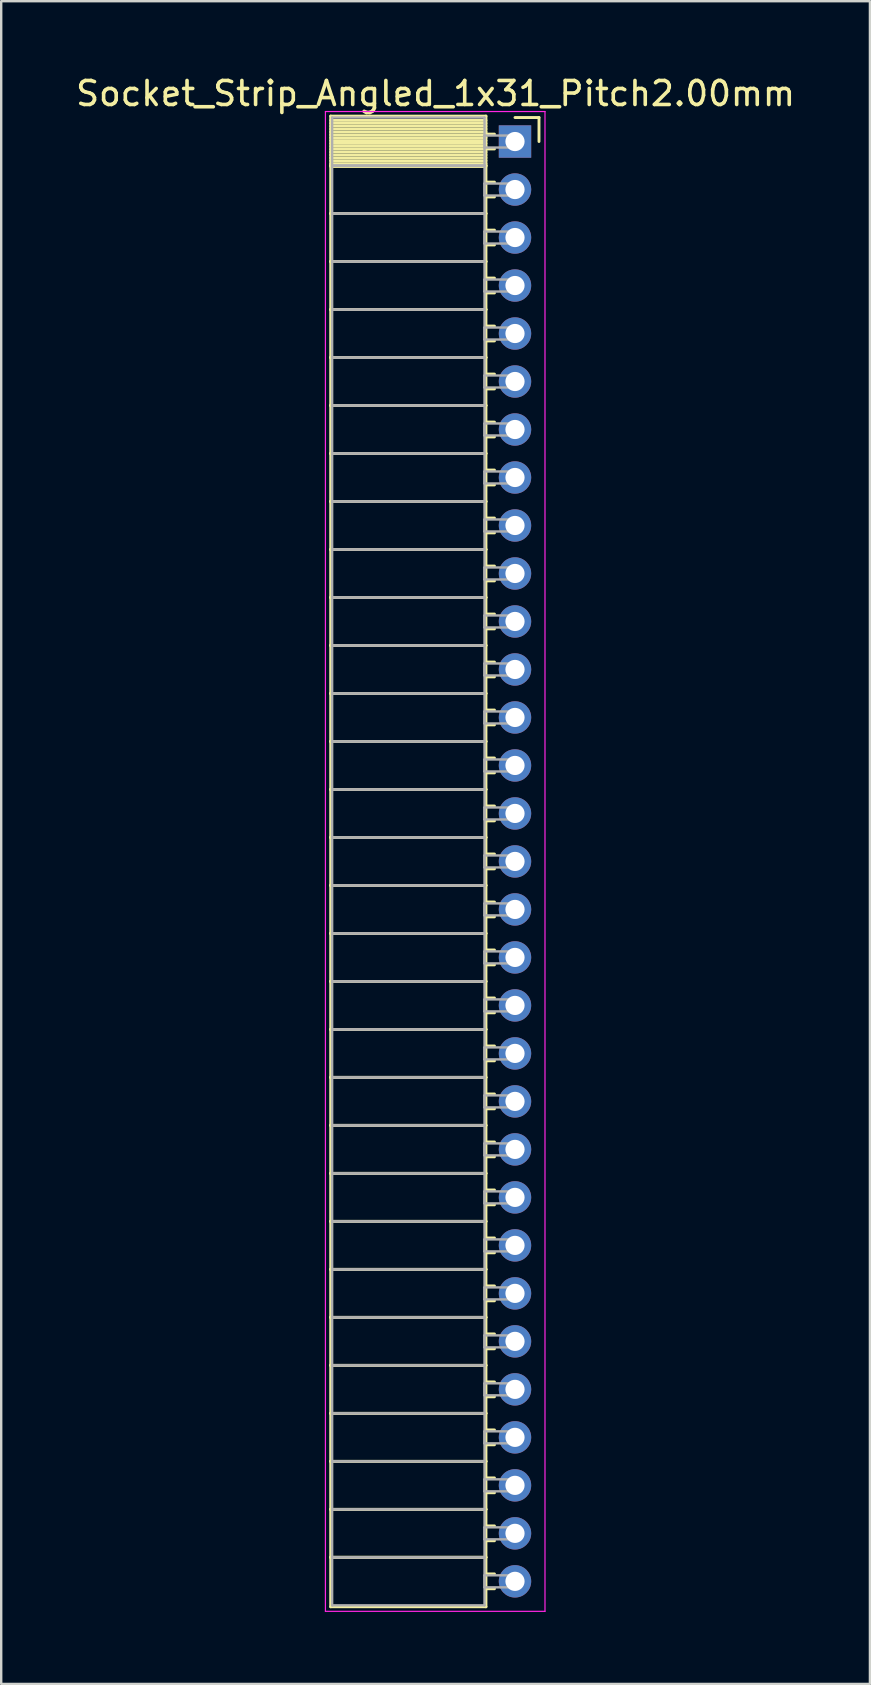
<source format=kicad_pcb>
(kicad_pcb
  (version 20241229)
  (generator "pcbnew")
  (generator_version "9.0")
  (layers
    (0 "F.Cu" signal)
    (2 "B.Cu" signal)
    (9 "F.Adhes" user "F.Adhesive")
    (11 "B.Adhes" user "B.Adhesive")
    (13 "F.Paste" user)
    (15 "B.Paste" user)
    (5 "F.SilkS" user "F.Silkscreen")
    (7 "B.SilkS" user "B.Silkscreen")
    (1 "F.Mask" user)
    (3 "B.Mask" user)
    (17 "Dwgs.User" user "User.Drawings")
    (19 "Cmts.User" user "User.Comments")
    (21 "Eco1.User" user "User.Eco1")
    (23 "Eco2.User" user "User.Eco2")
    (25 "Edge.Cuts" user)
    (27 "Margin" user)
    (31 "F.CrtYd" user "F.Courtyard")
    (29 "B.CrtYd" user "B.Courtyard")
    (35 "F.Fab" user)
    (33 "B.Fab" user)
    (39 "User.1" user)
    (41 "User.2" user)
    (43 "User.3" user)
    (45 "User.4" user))
  (footprint "Socket_Strip_Angled_1x31_Pitch2.00mm"
    (layer "F.Cu")
    (at 18.411 2.848)
    (property "Reference" "Socket_Strip_Angled_1x31_Pitch2.00mm" (at -3.31 -2 0) (layer "F.SilkS") (effects (font (size 1 1) (thickness 0.15))))
    (attr through_hole)
    (fp_line (start -7.68 -1.06) (end -1.21 -1.06) (stroke (width 0.12) (type solid)) (layer "F.SilkS"))
    (fp_line (start -7.68 1) (end -7.68 -1.06) (stroke (width 0.12) (type solid)) (layer "F.SilkS"))
    (fp_line (start -7.68 1) (end -1.21 1) (stroke (width 0.12) (type solid)) (layer "F.SilkS"))
    (fp_line (start -7.68 3) (end -7.68 1) (stroke (width 0.12) (type solid)) (layer "F.SilkS"))
    (fp_line (start -7.68 3) (end -1.21 3) (stroke (width 0.12) (type solid)) (layer "F.SilkS"))
    (fp_line (start -7.68 5) (end -7.68 3) (stroke (width 0.12) (type solid)) (layer "F.SilkS"))
    (fp_line (start -7.68 5) (end -1.21 5) (stroke (width 0.12) (type solid)) (layer "F.SilkS"))
    (fp_line (start -7.68 7) (end -7.68 5) (stroke (width 0.12) (type solid)) (layer "F.SilkS"))
    (fp_line (start -7.68 7) (end -1.21 7) (stroke (width 0.12) (type solid)) (layer "F.SilkS"))
    (fp_line (start -7.68 9) (end -7.68 7) (stroke (width 0.12) (type solid)) (layer "F.SilkS"))
    (fp_line (start -7.68 9) (end -1.21 9) (stroke (width 0.12) (type solid)) (layer "F.SilkS"))
    (fp_line (start -7.68 11) (end -7.68 9) (stroke (width 0.12) (type solid)) (layer "F.SilkS"))
    (fp_line (start -7.68 11) (end -1.21 11) (stroke (width 0.12) (type solid)) (layer "F.SilkS"))
    (fp_line (start -7.68 13) (end -7.68 11) (stroke (width 0.12) (type solid)) (layer "F.SilkS"))
    (fp_line (start -7.68 13) (end -1.21 13) (stroke (width 0.12) (type solid)) (layer "F.SilkS"))
    (fp_line (start -7.68 15) (end -7.68 13) (stroke (width 0.12) (type solid)) (layer "F.SilkS"))
    (fp_line (start -7.68 15) (end -1.21 15) (stroke (width 0.12) (type solid)) (layer "F.SilkS"))
    (fp_line (start -7.68 17) (end -7.68 15) (stroke (width 0.12) (type solid)) (layer "F.SilkS"))
    (fp_line (start -7.68 17) (end -1.21 17) (stroke (width 0.12) (type solid)) (layer "F.SilkS"))
    (fp_line (start -7.68 19) (end -7.68 17) (stroke (width 0.12) (type solid)) (layer "F.SilkS"))
    (fp_line (start -7.68 19) (end -1.21 19) (stroke (width 0.12) (type solid)) (layer "F.SilkS"))
    (fp_line (start -7.68 21) (end -7.68 19) (stroke (width 0.12) (type solid)) (layer "F.SilkS"))
    (fp_line (start -7.68 21) (end -1.21 21) (stroke (width 0.12) (type solid)) (layer "F.SilkS"))
    (fp_line (start -7.68 23) (end -7.68 21) (stroke (width 0.12) (type solid)) (layer "F.SilkS"))
    (fp_line (start -7.68 23) (end -1.21 23) (stroke (width 0.12) (type solid)) (layer "F.SilkS"))
    (fp_line (start -7.68 25) (end -7.68 23) (stroke (width 0.12) (type solid)) (layer "F.SilkS"))
    (fp_line (start -7.68 25) (end -1.21 25) (stroke (width 0.12) (type solid)) (layer "F.SilkS"))
    (fp_line (start -7.68 27) (end -7.68 25) (stroke (width 0.12) (type solid)) (layer "F.SilkS"))
    (fp_line (start -7.68 27) (end -1.21 27) (stroke (width 0.12) (type solid)) (layer "F.SilkS"))
    (fp_line (start -7.68 29) (end -7.68 27) (stroke (width 0.12) (type solid)) (layer "F.SilkS"))
    (fp_line (start -7.68 29) (end -1.21 29) (stroke (width 0.12) (type solid)) (layer "F.SilkS"))
    (fp_line (start -7.68 31) (end -7.68 29) (stroke (width 0.12) (type solid)) (layer "F.SilkS"))
    (fp_line (start -7.68 31) (end -1.21 31) (stroke (width 0.12) (type solid)) (layer "F.SilkS"))
    (fp_line (start -7.68 33) (end -7.68 31) (stroke (width 0.12) (type solid)) (layer "F.SilkS"))
    (fp_line (start -7.68 33) (end -1.21 33) (stroke (width 0.12) (type solid)) (layer "F.SilkS"))
    (fp_line (start -7.68 35) (end -7.68 33) (stroke (width 0.12) (type solid)) (layer "F.SilkS"))
    (fp_line (start -7.68 35) (end -1.21 35) (stroke (width 0.12) (type solid)) (layer "F.SilkS"))
    (fp_line (start -7.68 37) (end -7.68 35) (stroke (width 0.12) (type solid)) (layer "F.SilkS"))
    (fp_line (start -7.68 37) (end -1.21 37) (stroke (width 0.12) (type solid)) (layer "F.SilkS"))
    (fp_line (start -7.68 39) (end -7.68 37) (stroke (width 0.12) (type solid)) (layer "F.SilkS"))
    (fp_line (start -7.68 39) (end -1.21 39) (stroke (width 0.12) (type solid)) (layer "F.SilkS"))
    (fp_line (start -7.68 41) (end -7.68 39) (stroke (width 0.12) (type solid)) (layer "F.SilkS"))
    (fp_line (start -7.68 41) (end -1.21 41) (stroke (width 0.12) (type solid)) (layer "F.SilkS"))
    (fp_line (start -7.68 43) (end -7.68 41) (stroke (width 0.12) (type solid)) (layer "F.SilkS"))
    (fp_line (start -7.68 43) (end -1.21 43) (stroke (width 0.12) (type solid)) (layer "F.SilkS"))
    (fp_line (start -7.68 45) (end -7.68 43) (stroke (width 0.12) (type solid)) (layer "F.SilkS"))
    (fp_line (start -7.68 45) (end -1.21 45) (stroke (width 0.12) (type solid)) (layer "F.SilkS"))
    (fp_line (start -7.68 47) (end -7.68 45) (stroke (width 0.12) (type solid)) (layer "F.SilkS"))
    (fp_line (start -7.68 47) (end -1.21 47) (stroke (width 0.12) (type solid)) (layer "F.SilkS"))
    (fp_line (start -7.68 49) (end -7.68 47) (stroke (width 0.12) (type solid)) (layer "F.SilkS"))
    (fp_line (start -7.68 49) (end -1.21 49) (stroke (width 0.12) (type solid)) (layer "F.SilkS"))
    (fp_line (start -7.68 51) (end -7.68 49) (stroke (width 0.12) (type solid)) (layer "F.SilkS"))
    (fp_line (start -7.68 51) (end -1.21 51) (stroke (width 0.12) (type solid)) (layer "F.SilkS"))
    (fp_line (start -7.68 53) (end -7.68 51) (stroke (width 0.12) (type solid)) (layer "F.SilkS"))
    (fp_line (start -7.68 53) (end -1.21 53) (stroke (width 0.12) (type solid)) (layer "F.SilkS"))
    (fp_line (start -7.68 55) (end -7.68 53) (stroke (width 0.12) (type solid)) (layer "F.SilkS"))
    (fp_line (start -7.68 55) (end -1.21 55) (stroke (width 0.12) (type solid)) (layer "F.SilkS"))
    (fp_line (start -7.68 57) (end -7.68 55) (stroke (width 0.12) (type solid)) (layer "F.SilkS"))
    (fp_line (start -7.68 57) (end -1.21 57) (stroke (width 0.12) (type solid)) (layer "F.SilkS"))
    (fp_line (start -7.68 59) (end -7.68 57) (stroke (width 0.12) (type solid)) (layer "F.SilkS"))
    (fp_line (start -7.68 59) (end -1.21 59) (stroke (width 0.12) (type solid)) (layer "F.SilkS"))
    (fp_line (start -7.68 61.06) (end -7.68 59) (stroke (width 0.12) (type solid)) (layer "F.SilkS"))
    (fp_line (start -1.21 -1.06) (end -1.21 1) (stroke (width 0.12) (type solid)) (layer "F.SilkS"))
    (fp_line (start -1.21 -0.88) (end -7.68 -0.88) (stroke (width 0.12) (type solid)) (layer "F.SilkS"))
    (fp_line (start -1.21 -0.76) (end -7.68 -0.76) (stroke (width 0.12) (type solid)) (layer "F.SilkS"))
    (fp_line (start -1.21 -0.64) (end -7.68 -0.64) (stroke (width 0.12) (type solid)) (layer "F.SilkS"))
    (fp_line (start -1.21 -0.52) (end -7.68 -0.52) (stroke (width 0.12) (type solid)) (layer "F.SilkS"))
    (fp_line (start -1.21 -0.4) (end -7.68 -0.4) (stroke (width 0.12) (type solid)) (layer "F.SilkS"))
    (fp_line (start -1.21 -0.28) (end -7.68 -0.28) (stroke (width 0.12) (type solid)) (layer "F.SilkS"))
    (fp_line (start -1.21 -0.16) (end -7.68 -0.16) (stroke (width 0.12) (type solid)) (layer "F.SilkS"))
    (fp_line (start -1.21 -0.04) (end -7.68 -0.04) (stroke (width 0.12) (type solid)) (layer "F.SilkS"))
    (fp_line (start -1.21 0.08) (end -7.68 0.08) (stroke (width 0.12) (type solid)) (layer "F.SilkS"))
    (fp_line (start -1.21 0.2) (end -7.68 0.2) (stroke (width 0.12) (type solid)) (layer "F.SilkS"))
    (fp_line (start -1.21 0.32) (end -7.68 0.32) (stroke (width 0.12) (type solid)) (layer "F.SilkS"))
    (fp_line (start -1.21 0.44) (end -7.68 0.44) (stroke (width 0.12) (type solid)) (layer "F.SilkS"))
    (fp_line (start -1.21 0.56) (end -7.68 0.56) (stroke (width 0.12) (type solid)) (layer "F.SilkS"))
    (fp_line (start -1.21 0.68) (end -7.68 0.68) (stroke (width 0.12) (type solid)) (layer "F.SilkS"))
    (fp_line (start -1.21 0.8) (end -7.68 0.8) (stroke (width 0.12) (type solid)) (layer "F.SilkS"))
    (fp_line (start -1.21 0.92) (end -7.68 0.92) (stroke (width 0.12) (type solid)) (layer "F.SilkS"))
    (fp_line (start -1.21 1) (end -7.68 1) (stroke (width 0.12) (type solid)) (layer "F.SilkS"))
    (fp_line (start -1.21 1) (end -1.21 3) (stroke (width 0.12) (type solid)) (layer "F.SilkS"))
    (fp_line (start -1.21 1.04) (end -7.68 1.04) (stroke (width 0.12) (type solid)) (layer "F.SilkS"))
    (fp_line (start -1.21 3) (end -7.68 3) (stroke (width 0.12) (type solid)) (layer "F.SilkS"))
    (fp_line (start -1.21 3) (end -1.21 5) (stroke (width 0.12) (type solid)) (layer "F.SilkS"))
    (fp_line (start -1.21 5) (end -7.68 5) (stroke (width 0.12) (type solid)) (layer "F.SilkS"))
    (fp_line (start -1.21 5) (end -1.21 7) (stroke (width 0.12) (type solid)) (layer "F.SilkS"))
    (fp_line (start -1.21 7) (end -7.68 7) (stroke (width 0.12) (type solid)) (layer "F.SilkS"))
    (fp_line (start -1.21 7) (end -1.21 9) (stroke (width 0.12) (type solid)) (layer "F.SilkS"))
    (fp_line (start -1.21 9) (end -7.68 9) (stroke (width 0.12) (type solid)) (layer "F.SilkS"))
    (fp_line (start -1.21 9) (end -1.21 11) (stroke (width 0.12) (type solid)) (layer "F.SilkS"))
    (fp_line (start -1.21 11) (end -7.68 11) (stroke (width 0.12) (type solid)) (layer "F.SilkS"))
    (fp_line (start -1.21 11) (end -1.21 13) (stroke (width 0.12) (type solid)) (layer "F.SilkS"))
    (fp_line (start -1.21 13) (end -7.68 13) (stroke (width 0.12) (type solid)) (layer "F.SilkS"))
    (fp_line (start -1.21 13) (end -1.21 15) (stroke (width 0.12) (type solid)) (layer "F.SilkS"))
    (fp_line (start -1.21 15) (end -7.68 15) (stroke (width 0.12) (type solid)) (layer "F.SilkS"))
    (fp_line (start -1.21 15) (end -1.21 17) (stroke (width 0.12) (type solid)) (layer "F.SilkS"))
    (fp_line (start -1.21 17) (end -7.68 17) (stroke (width 0.12) (type solid)) (layer "F.SilkS"))
    (fp_line (start -1.21 17) (end -1.21 19) (stroke (width 0.12) (type solid)) (layer "F.SilkS"))
    (fp_line (start -1.21 19) (end -7.68 19) (stroke (width 0.12) (type solid)) (layer "F.SilkS"))
    (fp_line (start -1.21 19) (end -1.21 21) (stroke (width 0.12) (type solid)) (layer "F.SilkS"))
    (fp_line (start -1.21 21) (end -7.68 21) (stroke (width 0.12) (type solid)) (layer "F.SilkS"))
    (fp_line (start -1.21 21) (end -1.21 23) (stroke (width 0.12) (type solid)) (layer "F.SilkS"))
    (fp_line (start -1.21 23) (end -7.68 23) (stroke (width 0.12) (type solid)) (layer "F.SilkS"))
    (fp_line (start -1.21 23) (end -1.21 25) (stroke (width 0.12) (type solid)) (layer "F.SilkS"))
    (fp_line (start -1.21 25) (end -7.68 25) (stroke (width 0.12) (type solid)) (layer "F.SilkS"))
    (fp_line (start -1.21 25) (end -1.21 27) (stroke (width 0.12) (type solid)) (layer "F.SilkS"))
    (fp_line (start -1.21 27) (end -7.68 27) (stroke (width 0.12) (type solid)) (layer "F.SilkS"))
    (fp_line (start -1.21 27) (end -1.21 29) (stroke (width 0.12) (type solid)) (layer "F.SilkS"))
    (fp_line (start -1.21 29) (end -7.68 29) (stroke (width 0.12) (type solid)) (layer "F.SilkS"))
    (fp_line (start -1.21 29) (end -1.21 31) (stroke (width 0.12) (type solid)) (layer "F.SilkS"))
    (fp_line (start -1.21 31) (end -7.68 31) (stroke (width 0.12) (type solid)) (layer "F.SilkS"))
    (fp_line (start -1.21 31) (end -1.21 33) (stroke (width 0.12) (type solid)) (layer "F.SilkS"))
    (fp_line (start -1.21 33) (end -7.68 33) (stroke (width 0.12) (type solid)) (layer "F.SilkS"))
    (fp_line (start -1.21 33) (end -1.21 35) (stroke (width 0.12) (type solid)) (layer "F.SilkS"))
    (fp_line (start -1.21 35) (end -7.68 35) (stroke (width 0.12) (type solid)) (layer "F.SilkS"))
    (fp_line (start -1.21 35) (end -1.21 37) (stroke (width 0.12) (type solid)) (layer "F.SilkS"))
    (fp_line (start -1.21 37) (end -7.68 37) (stroke (width 0.12) (type solid)) (layer "F.SilkS"))
    (fp_line (start -1.21 37) (end -1.21 39) (stroke (width 0.12) (type solid)) (layer "F.SilkS"))
    (fp_line (start -1.21 39) (end -7.68 39) (stroke (width 0.12) (type solid)) (layer "F.SilkS"))
    (fp_line (start -1.21 39) (end -1.21 41) (stroke (width 0.12) (type solid)) (layer "F.SilkS"))
    (fp_line (start -1.21 41) (end -7.68 41) (stroke (width 0.12) (type solid)) (layer "F.SilkS"))
    (fp_line (start -1.21 41) (end -1.21 43) (stroke (width 0.12) (type solid)) (layer "F.SilkS"))
    (fp_line (start -1.21 43) (end -7.68 43) (stroke (width 0.12) (type solid)) (layer "F.SilkS"))
    (fp_line (start -1.21 43) (end -1.21 45) (stroke (width 0.12) (type solid)) (layer "F.SilkS"))
    (fp_line (start -1.21 45) (end -7.68 45) (stroke (width 0.12) (type solid)) (layer "F.SilkS"))
    (fp_line (start -1.21 45) (end -1.21 47) (stroke (width 0.12) (type solid)) (layer "F.SilkS"))
    (fp_line (start -1.21 47) (end -7.68 47) (stroke (width 0.12) (type solid)) (layer "F.SilkS"))
    (fp_line (start -1.21 47) (end -1.21 49) (stroke (width 0.12) (type solid)) (layer "F.SilkS"))
    (fp_line (start -1.21 49) (end -7.68 49) (stroke (width 0.12) (type solid)) (layer "F.SilkS"))
    (fp_line (start -1.21 49) (end -1.21 51) (stroke (width 0.12) (type solid)) (layer "F.SilkS"))
    (fp_line (start -1.21 51) (end -7.68 51) (stroke (width 0.12) (type solid)) (layer "F.SilkS"))
    (fp_line (start -1.21 51) (end -1.21 53) (stroke (width 0.12) (type solid)) (layer "F.SilkS"))
    (fp_line (start -1.21 53) (end -7.68 53) (stroke (width 0.12) (type solid)) (layer "F.SilkS"))
    (fp_line (start -1.21 53) (end -1.21 55) (stroke (width 0.12) (type solid)) (layer "F.SilkS"))
    (fp_line (start -1.21 55) (end -7.68 55) (stroke (width 0.12) (type solid)) (layer "F.SilkS"))
    (fp_line (start -1.21 55) (end -1.21 57) (stroke (width 0.12) (type solid)) (layer "F.SilkS"))
    (fp_line (start -1.21 57) (end -7.68 57) (stroke (width 0.12) (type solid)) (layer "F.SilkS"))
    (fp_line (start -1.21 57) (end -1.21 59) (stroke (width 0.12) (type solid)) (layer "F.SilkS"))
    (fp_line (start -1.21 59) (end -7.68 59) (stroke (width 0.12) (type solid)) (layer "F.SilkS"))
    (fp_line (start -1.21 59) (end -1.21 61.06) (stroke (width 0.12) (type solid)) (layer "F.SilkS"))
    (fp_line (start -1.21 61.06) (end -7.68 61.06) (stroke (width 0.12) (type solid)) (layer "F.SilkS"))
    (fp_line (start -0.855 -0.31) (end -1.21 -0.31) (stroke (width 0.12) (type solid)) (layer "F.SilkS"))
    (fp_line (start -0.855 0.31) (end -1.21 0.31) (stroke (width 0.12) (type solid)) (layer "F.SilkS"))
    (fp_line (start -0.855 1.69) (end -1.21 1.69) (stroke (width 0.12) (type solid)) (layer "F.SilkS"))
    (fp_line (start -0.855 2.31) (end -1.21 2.31) (stroke (width 0.12) (type solid)) (layer "F.SilkS"))
    (fp_line (start -0.855 3.69) (end -1.21 3.69) (stroke (width 0.12) (type solid)) (layer "F.SilkS"))
    (fp_line (start -0.855 4.31) (end -1.21 4.31) (stroke (width 0.12) (type solid)) (layer "F.SilkS"))
    (fp_line (start -0.855 5.69) (end -1.21 5.69) (stroke (width 0.12) (type solid)) (layer "F.SilkS"))
    (fp_line (start -0.855 6.31) (end -1.21 6.31) (stroke (width 0.12) (type solid)) (layer "F.SilkS"))
    (fp_line (start -0.855 7.69) (end -1.21 7.69) (stroke (width 0.12) (type solid)) (layer "F.SilkS"))
    (fp_line (start -0.855 8.31) (end -1.21 8.31) (stroke (width 0.12) (type solid)) (layer "F.SilkS"))
    (fp_line (start -0.855 9.69) (end -1.21 9.69) (stroke (width 0.12) (type solid)) (layer "F.SilkS"))
    (fp_line (start -0.855 10.31) (end -1.21 10.31) (stroke (width 0.12) (type solid)) (layer "F.SilkS"))
    (fp_line (start -0.855 11.69) (end -1.21 11.69) (stroke (width 0.12) (type solid)) (layer "F.SilkS"))
    (fp_line (start -0.855 12.31) (end -1.21 12.31) (stroke (width 0.12) (type solid)) (layer "F.SilkS"))
    (fp_line (start -0.855 13.69) (end -1.21 13.69) (stroke (width 0.12) (type solid)) (layer "F.SilkS"))
    (fp_line (start -0.855 14.31) (end -1.21 14.31) (stroke (width 0.12) (type solid)) (layer "F.SilkS"))
    (fp_line (start -0.855 15.69) (end -1.21 15.69) (stroke (width 0.12) (type solid)) (layer "F.SilkS"))
    (fp_line (start -0.855 16.31) (end -1.21 16.31) (stroke (width 0.12) (type solid)) (layer "F.SilkS"))
    (fp_line (start -0.855 17.69) (end -1.21 17.69) (stroke (width 0.12) (type solid)) (layer "F.SilkS"))
    (fp_line (start -0.855 18.31) (end -1.21 18.31) (stroke (width 0.12) (type solid)) (layer "F.SilkS"))
    (fp_line (start -0.855 19.69) (end -1.21 19.69) (stroke (width 0.12) (type solid)) (layer "F.SilkS"))
    (fp_line (start -0.855 20.31) (end -1.21 20.31) (stroke (width 0.12) (type solid)) (layer "F.SilkS"))
    (fp_line (start -0.855 21.69) (end -1.21 21.69) (stroke (width 0.12) (type solid)) (layer "F.SilkS"))
    (fp_line (start -0.855 22.31) (end -1.21 22.31) (stroke (width 0.12) (type solid)) (layer "F.SilkS"))
    (fp_line (start -0.855 23.69) (end -1.21 23.69) (stroke (width 0.12) (type solid)) (layer "F.SilkS"))
    (fp_line (start -0.855 24.31) (end -1.21 24.31) (stroke (width 0.12) (type solid)) (layer "F.SilkS"))
    (fp_line (start -0.855 25.69) (end -1.21 25.69) (stroke (width 0.12) (type solid)) (layer "F.SilkS"))
    (fp_line (start -0.855 26.31) (end -1.21 26.31) (stroke (width 0.12) (type solid)) (layer "F.SilkS"))
    (fp_line (start -0.855 27.69) (end -1.21 27.69) (stroke (width 0.12) (type solid)) (layer "F.SilkS"))
    (fp_line (start -0.855 28.31) (end -1.21 28.31) (stroke (width 0.12) (type solid)) (layer "F.SilkS"))
    (fp_line (start -0.855 29.69) (end -1.21 29.69) (stroke (width 0.12) (type solid)) (layer "F.SilkS"))
    (fp_line (start -0.855 30.31) (end -1.21 30.31) (stroke (width 0.12) (type solid)) (layer "F.SilkS"))
    (fp_line (start -0.855 31.69) (end -1.21 31.69) (stroke (width 0.12) (type solid)) (layer "F.SilkS"))
    (fp_line (start -0.855 32.31) (end -1.21 32.31) (stroke (width 0.12) (type solid)) (layer "F.SilkS"))
    (fp_line (start -0.855 33.69) (end -1.21 33.69) (stroke (width 0.12) (type solid)) (layer "F.SilkS"))
    (fp_line (start -0.855 34.31) (end -1.21 34.31) (stroke (width 0.12) (type solid)) (layer "F.SilkS"))
    (fp_line (start -0.855 35.69) (end -1.21 35.69) (stroke (width 0.12) (type solid)) (layer "F.SilkS"))
    (fp_line (start -0.855 36.31) (end -1.21 36.31) (stroke (width 0.12) (type solid)) (layer "F.SilkS"))
    (fp_line (start -0.855 37.69) (end -1.21 37.69) (stroke (width 0.12) (type solid)) (layer "F.SilkS"))
    (fp_line (start -0.855 38.31) (end -1.21 38.31) (stroke (width 0.12) (type solid)) (layer "F.SilkS"))
    (fp_line (start -0.855 39.69) (end -1.21 39.69) (stroke (width 0.12) (type solid)) (layer "F.SilkS"))
    (fp_line (start -0.855 40.31) (end -1.21 40.31) (stroke (width 0.12) (type solid)) (layer "F.SilkS"))
    (fp_line (start -0.855 41.69) (end -1.21 41.69) (stroke (width 0.12) (type solid)) (layer "F.SilkS"))
    (fp_line (start -0.855 42.31) (end -1.21 42.31) (stroke (width 0.12) (type solid)) (layer "F.SilkS"))
    (fp_line (start -0.855 43.69) (end -1.21 43.69) (stroke (width 0.12) (type solid)) (layer "F.SilkS"))
    (fp_line (start -0.855 44.31) (end -1.21 44.31) (stroke (width 0.12) (type solid)) (layer "F.SilkS"))
    (fp_line (start -0.855 45.69) (end -1.21 45.69) (stroke (width 0.12) (type solid)) (layer "F.SilkS"))
    (fp_line (start -0.855 46.31) (end -1.21 46.31) (stroke (width 0.12) (type solid)) (layer "F.SilkS"))
    (fp_line (start -0.855 47.69) (end -1.21 47.69) (stroke (width 0.12) (type solid)) (layer "F.SilkS"))
    (fp_line (start -0.855 48.31) (end -1.21 48.31) (stroke (width 0.12) (type solid)) (layer "F.SilkS"))
    (fp_line (start -0.855 49.69) (end -1.21 49.69) (stroke (width 0.12) (type solid)) (layer "F.SilkS"))
    (fp_line (start -0.855 50.31) (end -1.21 50.31) (stroke (width 0.12) (type solid)) (layer "F.SilkS"))
    (fp_line (start -0.855 51.69) (end -1.21 51.69) (stroke (width 0.12) (type solid)) (layer "F.SilkS"))
    (fp_line (start -0.855 52.31) (end -1.21 52.31) (stroke (width 0.12) (type solid)) (layer "F.SilkS"))
    (fp_line (start -0.855 53.69) (end -1.21 53.69) (stroke (width 0.12) (type solid)) (layer "F.SilkS"))
    (fp_line (start -0.855 54.31) (end -1.21 54.31) (stroke (width 0.12) (type solid)) (layer "F.SilkS"))
    (fp_line (start -0.855 55.69) (end -1.21 55.69) (stroke (width 0.12) (type solid)) (layer "F.SilkS"))
    (fp_line (start -0.855 56.31) (end -1.21 56.31) (stroke (width 0.12) (type solid)) (layer "F.SilkS"))
    (fp_line (start -0.855 57.69) (end -1.21 57.69) (stroke (width 0.12) (type solid)) (layer "F.SilkS"))
    (fp_line (start -0.855 58.31) (end -1.21 58.31) (stroke (width 0.12) (type solid)) (layer "F.SilkS"))
    (fp_line (start -0.855 59.69) (end -1.21 59.69) (stroke (width 0.12) (type solid)) (layer "F.SilkS"))
    (fp_line (start -0.855 60.31) (end -1.21 60.31) (stroke (width 0.12) (type solid)) (layer "F.SilkS"))
    (fp_line (start 0 -1) (end 1 -1) (stroke (width 0.12) (type solid)) (layer "F.SilkS"))
    (fp_line (start 1 -1) (end 1 0) (stroke (width 0.12) (type solid)) (layer "F.SilkS"))
    (fp_line (start -7.9 -1.25) (end 1.25 -1.25) (stroke (width 0.05) (type solid)) (layer "F.CrtYd"))
    (fp_line (start -7.9 61.25) (end -7.9 -1.25) (stroke (width 0.05) (type solid)) (layer "F.CrtYd"))
    (fp_line (start 1.25 -1.25) (end 1.25 61.25) (stroke (width 0.05) (type solid)) (layer "F.CrtYd"))
    (fp_line (start 1.25 61.25) (end -7.9 61.25) (stroke (width 0.05) (type solid)) (layer "F.CrtYd"))
    (fp_line (start -7.62 -1) (end -1.27 -1) (stroke (width 0.1) (type solid)) (layer "F.Fab"))
    (fp_line (start -7.62 1) (end -7.62 -1) (stroke (width 0.1) (type solid)) (layer "F.Fab"))
    (fp_line (start -7.62 1) (end -1.27 1) (stroke (width 0.1) (type solid)) (layer "F.Fab"))
    (fp_line (start -7.62 3) (end -7.62 1) (stroke (width 0.1) (type solid)) (layer "F.Fab"))
    (fp_line (start -7.62 3) (end -1.27 3) (stroke (width 0.1) (type solid)) (layer "F.Fab"))
    (fp_line (start -7.62 5) (end -7.62 3) (stroke (width 0.1) (type solid)) (layer "F.Fab"))
    (fp_line (start -7.62 5) (end -1.27 5) (stroke (width 0.1) (type solid)) (layer "F.Fab"))
    (fp_line (start -7.62 7) (end -7.62 5) (stroke (width 0.1) (type solid)) (layer "F.Fab"))
    (fp_line (start -7.62 7) (end -1.27 7) (stroke (width 0.1) (type solid)) (layer "F.Fab"))
    (fp_line (start -7.62 9) (end -7.62 7) (stroke (width 0.1) (type solid)) (layer "F.Fab"))
    (fp_line (start -7.62 9) (end -1.27 9) (stroke (width 0.1) (type solid)) (layer "F.Fab"))
    (fp_line (start -7.62 11) (end -7.62 9) (stroke (width 0.1) (type solid)) (layer "F.Fab"))
    (fp_line (start -7.62 11) (end -1.27 11) (stroke (width 0.1) (type solid)) (layer "F.Fab"))
    (fp_line (start -7.62 13) (end -7.62 11) (stroke (width 0.1) (type solid)) (layer "F.Fab"))
    (fp_line (start -7.62 13) (end -1.27 13) (stroke (width 0.1) (type solid)) (layer "F.Fab"))
    (fp_line (start -7.62 15) (end -7.62 13) (stroke (width 0.1) (type solid)) (layer "F.Fab"))
    (fp_line (start -7.62 15) (end -1.27 15) (stroke (width 0.1) (type solid)) (layer "F.Fab"))
    (fp_line (start -7.62 17) (end -7.62 15) (stroke (width 0.1) (type solid)) (layer "F.Fab"))
    (fp_line (start -7.62 17) (end -1.27 17) (stroke (width 0.1) (type solid)) (layer "F.Fab"))
    (fp_line (start -7.62 19) (end -7.62 17) (stroke (width 0.1) (type solid)) (layer "F.Fab"))
    (fp_line (start -7.62 19) (end -1.27 19) (stroke (width 0.1) (type solid)) (layer "F.Fab"))
    (fp_line (start -7.62 21) (end -7.62 19) (stroke (width 0.1) (type solid)) (layer "F.Fab"))
    (fp_line (start -7.62 21) (end -1.27 21) (stroke (width 0.1) (type solid)) (layer "F.Fab"))
    (fp_line (start -7.62 23) (end -7.62 21) (stroke (width 0.1) (type solid)) (layer "F.Fab"))
    (fp_line (start -7.62 23) (end -1.27 23) (stroke (width 0.1) (type solid)) (layer "F.Fab"))
    (fp_line (start -7.62 25) (end -7.62 23) (stroke (width 0.1) (type solid)) (layer "F.Fab"))
    (fp_line (start -7.62 25) (end -1.27 25) (stroke (width 0.1) (type solid)) (layer "F.Fab"))
    (fp_line (start -7.62 27) (end -7.62 25) (stroke (width 0.1) (type solid)) (layer "F.Fab"))
    (fp_line (start -7.62 27) (end -1.27 27) (stroke (width 0.1) (type solid)) (layer "F.Fab"))
    (fp_line (start -7.62 29) (end -7.62 27) (stroke (width 0.1) (type solid)) (layer "F.Fab"))
    (fp_line (start -7.62 29) (end -1.27 29) (stroke (width 0.1) (type solid)) (layer "F.Fab"))
    (fp_line (start -7.62 31) (end -7.62 29) (stroke (width 0.1) (type solid)) (layer "F.Fab"))
    (fp_line (start -7.62 31) (end -1.27 31) (stroke (width 0.1) (type solid)) (layer "F.Fab"))
    (fp_line (start -7.62 33) (end -7.62 31) (stroke (width 0.1) (type solid)) (layer "F.Fab"))
    (fp_line (start -7.62 33) (end -1.27 33) (stroke (width 0.1) (type solid)) (layer "F.Fab"))
    (fp_line (start -7.62 35) (end -7.62 33) (stroke (width 0.1) (type solid)) (layer "F.Fab"))
    (fp_line (start -7.62 35) (end -1.27 35) (stroke (width 0.1) (type solid)) (layer "F.Fab"))
    (fp_line (start -7.62 37) (end -7.62 35) (stroke (width 0.1) (type solid)) (layer "F.Fab"))
    (fp_line (start -7.62 37) (end -1.27 37) (stroke (width 0.1) (type solid)) (layer "F.Fab"))
    (fp_line (start -7.62 39) (end -7.62 37) (stroke (width 0.1) (type solid)) (layer "F.Fab"))
    (fp_line (start -7.62 39) (end -1.27 39) (stroke (width 0.1) (type solid)) (layer "F.Fab"))
    (fp_line (start -7.62 41) (end -7.62 39) (stroke (width 0.1) (type solid)) (layer "F.Fab"))
    (fp_line (start -7.62 41) (end -1.27 41) (stroke (width 0.1) (type solid)) (layer "F.Fab"))
    (fp_line (start -7.62 43) (end -7.62 41) (stroke (width 0.1) (type solid)) (layer "F.Fab"))
    (fp_line (start -7.62 43) (end -1.27 43) (stroke (width 0.1) (type solid)) (layer "F.Fab"))
    (fp_line (start -7.62 45) (end -7.62 43) (stroke (width 0.1) (type solid)) (layer "F.Fab"))
    (fp_line (start -7.62 45) (end -1.27 45) (stroke (width 0.1) (type solid)) (layer "F.Fab"))
    (fp_line (start -7.62 47) (end -7.62 45) (stroke (width 0.1) (type solid)) (layer "F.Fab"))
    (fp_line (start -7.62 47) (end -1.27 47) (stroke (width 0.1) (type solid)) (layer "F.Fab"))
    (fp_line (start -7.62 49) (end -7.62 47) (stroke (width 0.1) (type solid)) (layer "F.Fab"))
    (fp_line (start -7.62 49) (end -1.27 49) (stroke (width 0.1) (type solid)) (layer "F.Fab"))
    (fp_line (start -7.62 51) (end -7.62 49) (stroke (width 0.1) (type solid)) (layer "F.Fab"))
    (fp_line (start -7.62 51) (end -1.27 51) (stroke (width 0.1) (type solid)) (layer "F.Fab"))
    (fp_line (start -7.62 53) (end -7.62 51) (stroke (width 0.1) (type solid)) (layer "F.Fab"))
    (fp_line (start -7.62 53) (end -1.27 53) (stroke (width 0.1) (type solid)) (layer "F.Fab"))
    (fp_line (start -7.62 55) (end -7.62 53) (stroke (width 0.1) (type solid)) (layer "F.Fab"))
    (fp_line (start -7.62 55) (end -1.27 55) (stroke (width 0.1) (type solid)) (layer "F.Fab"))
    (fp_line (start -7.62 57) (end -7.62 55) (stroke (width 0.1) (type solid)) (layer "F.Fab"))
    (fp_line (start -7.62 57) (end -1.27 57) (stroke (width 0.1) (type solid)) (layer "F.Fab"))
    (fp_line (start -7.62 59) (end -7.62 57) (stroke (width 0.1) (type solid)) (layer "F.Fab"))
    (fp_line (start -7.62 59) (end -1.27 59) (stroke (width 0.1) (type solid)) (layer "F.Fab"))
    (fp_line (start -7.62 61) (end -7.62 59) (stroke (width 0.1) (type solid)) (layer "F.Fab"))
    (fp_line (start -1.27 -1) (end -1.27 1) (stroke (width 0.1) (type solid)) (layer "F.Fab"))
    (fp_line (start -1.27 -0.25) (end 0 -0.25) (stroke (width 0.1) (type solid)) (layer "F.Fab"))
    (fp_line (start -1.27 0.25) (end -1.27 -0.25) (stroke (width 0.1) (type solid)) (layer "F.Fab"))
    (fp_line (start -1.27 1) (end -7.62 1) (stroke (width 0.1) (type solid)) (layer "F.Fab"))
    (fp_line (start -1.27 1) (end -1.27 3) (stroke (width 0.1) (type solid)) (layer "F.Fab"))
    (fp_line (start -1.27 1.75) (end 0 1.75) (stroke (width 0.1) (type solid)) (layer "F.Fab"))
    (fp_line (start -1.27 2.25) (end -1.27 1.75) (stroke (width 0.1) (type solid)) (layer "F.Fab"))
    (fp_line (start -1.27 3) (end -7.62 3) (stroke (width 0.1) (type solid)) (layer "F.Fab"))
    (fp_line (start -1.27 3) (end -1.27 5) (stroke (width 0.1) (type solid)) (layer "F.Fab"))
    (fp_line (start -1.27 3.75) (end 0 3.75) (stroke (width 0.1) (type solid)) (layer "F.Fab"))
    (fp_line (start -1.27 4.25) (end -1.27 3.75) (stroke (width 0.1) (type solid)) (layer "F.Fab"))
    (fp_line (start -1.27 5) (end -7.62 5) (stroke (width 0.1) (type solid)) (layer "F.Fab"))
    (fp_line (start -1.27 5) (end -1.27 7) (stroke (width 0.1) (type solid)) (layer "F.Fab"))
    (fp_line (start -1.27 5.75) (end 0 5.75) (stroke (width 0.1) (type solid)) (layer "F.Fab"))
    (fp_line (start -1.27 6.25) (end -1.27 5.75) (stroke (width 0.1) (type solid)) (layer "F.Fab"))
    (fp_line (start -1.27 7) (end -7.62 7) (stroke (width 0.1) (type solid)) (layer "F.Fab"))
    (fp_line (start -1.27 7) (end -1.27 9) (stroke (width 0.1) (type solid)) (layer "F.Fab"))
    (fp_line (start -1.27 7.75) (end 0 7.75) (stroke (width 0.1) (type solid)) (layer "F.Fab"))
    (fp_line (start -1.27 8.25) (end -1.27 7.75) (stroke (width 0.1) (type solid)) (layer "F.Fab"))
    (fp_line (start -1.27 9) (end -7.62 9) (stroke (width 0.1) (type solid)) (layer "F.Fab"))
    (fp_line (start -1.27 9) (end -1.27 11) (stroke (width 0.1) (type solid)) (layer "F.Fab"))
    (fp_line (start -1.27 9.75) (end 0 9.75) (stroke (width 0.1) (type solid)) (layer "F.Fab"))
    (fp_line (start -1.27 10.25) (end -1.27 9.75) (stroke (width 0.1) (type solid)) (layer "F.Fab"))
    (fp_line (start -1.27 11) (end -7.62 11) (stroke (width 0.1) (type solid)) (layer "F.Fab"))
    (fp_line (start -1.27 11) (end -1.27 13) (stroke (width 0.1) (type solid)) (layer "F.Fab"))
    (fp_line (start -1.27 11.75) (end 0 11.75) (stroke (width 0.1) (type solid)) (layer "F.Fab"))
    (fp_line (start -1.27 12.25) (end -1.27 11.75) (stroke (width 0.1) (type solid)) (layer "F.Fab"))
    (fp_line (start -1.27 13) (end -7.62 13) (stroke (width 0.1) (type solid)) (layer "F.Fab"))
    (fp_line (start -1.27 13) (end -1.27 15) (stroke (width 0.1) (type solid)) (layer "F.Fab"))
    (fp_line (start -1.27 13.75) (end 0 13.75) (stroke (width 0.1) (type solid)) (layer "F.Fab"))
    (fp_line (start -1.27 14.25) (end -1.27 13.75) (stroke (width 0.1) (type solid)) (layer "F.Fab"))
    (fp_line (start -1.27 15) (end -7.62 15) (stroke (width 0.1) (type solid)) (layer "F.Fab"))
    (fp_line (start -1.27 15) (end -1.27 17) (stroke (width 0.1) (type solid)) (layer "F.Fab"))
    (fp_line (start -1.27 15.75) (end 0 15.75) (stroke (width 0.1) (type solid)) (layer "F.Fab"))
    (fp_line (start -1.27 16.25) (end -1.27 15.75) (stroke (width 0.1) (type solid)) (layer "F.Fab"))
    (fp_line (start -1.27 17) (end -7.62 17) (stroke (width 0.1) (type solid)) (layer "F.Fab"))
    (fp_line (start -1.27 17) (end -1.27 19) (stroke (width 0.1) (type solid)) (layer "F.Fab"))
    (fp_line (start -1.27 17.75) (end 0 17.75) (stroke (width 0.1) (type solid)) (layer "F.Fab"))
    (fp_line (start -1.27 18.25) (end -1.27 17.75) (stroke (width 0.1) (type solid)) (layer "F.Fab"))
    (fp_line (start -1.27 19) (end -7.62 19) (stroke (width 0.1) (type solid)) (layer "F.Fab"))
    (fp_line (start -1.27 19) (end -1.27 21) (stroke (width 0.1) (type solid)) (layer "F.Fab"))
    (fp_line (start -1.27 19.75) (end 0 19.75) (stroke (width 0.1) (type solid)) (layer "F.Fab"))
    (fp_line (start -1.27 20.25) (end -1.27 19.75) (stroke (width 0.1) (type solid)) (layer "F.Fab"))
    (fp_line (start -1.27 21) (end -7.62 21) (stroke (width 0.1) (type solid)) (layer "F.Fab"))
    (fp_line (start -1.27 21) (end -1.27 23) (stroke (width 0.1) (type solid)) (layer "F.Fab"))
    (fp_line (start -1.27 21.75) (end 0 21.75) (stroke (width 0.1) (type solid)) (layer "F.Fab"))
    (fp_line (start -1.27 22.25) (end -1.27 21.75) (stroke (width 0.1) (type solid)) (layer "F.Fab"))
    (fp_line (start -1.27 23) (end -7.62 23) (stroke (width 0.1) (type solid)) (layer "F.Fab"))
    (fp_line (start -1.27 23) (end -1.27 25) (stroke (width 0.1) (type solid)) (layer "F.Fab"))
    (fp_line (start -1.27 23.75) (end 0 23.75) (stroke (width 0.1) (type solid)) (layer "F.Fab"))
    (fp_line (start -1.27 24.25) (end -1.27 23.75) (stroke (width 0.1) (type solid)) (layer "F.Fab"))
    (fp_line (start -1.27 25) (end -7.62 25) (stroke (width 0.1) (type solid)) (layer "F.Fab"))
    (fp_line (start -1.27 25) (end -1.27 27) (stroke (width 0.1) (type solid)) (layer "F.Fab"))
    (fp_line (start -1.27 25.75) (end 0 25.75) (stroke (width 0.1) (type solid)) (layer "F.Fab"))
    (fp_line (start -1.27 26.25) (end -1.27 25.75) (stroke (width 0.1) (type solid)) (layer "F.Fab"))
    (fp_line (start -1.27 27) (end -7.62 27) (stroke (width 0.1) (type solid)) (layer "F.Fab"))
    (fp_line (start -1.27 27) (end -1.27 29) (stroke (width 0.1) (type solid)) (layer "F.Fab"))
    (fp_line (start -1.27 27.75) (end 0 27.75) (stroke (width 0.1) (type solid)) (layer "F.Fab"))
    (fp_line (start -1.27 28.25) (end -1.27 27.75) (stroke (width 0.1) (type solid)) (layer "F.Fab"))
    (fp_line (start -1.27 29) (end -7.62 29) (stroke (width 0.1) (type solid)) (layer "F.Fab"))
    (fp_line (start -1.27 29) (end -1.27 31) (stroke (width 0.1) (type solid)) (layer "F.Fab"))
    (fp_line (start -1.27 29.75) (end 0 29.75) (stroke (width 0.1) (type solid)) (layer "F.Fab"))
    (fp_line (start -1.27 30.25) (end -1.27 29.75) (stroke (width 0.1) (type solid)) (layer "F.Fab"))
    (fp_line (start -1.27 31) (end -7.62 31) (stroke (width 0.1) (type solid)) (layer "F.Fab"))
    (fp_line (start -1.27 31) (end -1.27 33) (stroke (width 0.1) (type solid)) (layer "F.Fab"))
    (fp_line (start -1.27 31.75) (end 0 31.75) (stroke (width 0.1) (type solid)) (layer "F.Fab"))
    (fp_line (start -1.27 32.25) (end -1.27 31.75) (stroke (width 0.1) (type solid)) (layer "F.Fab"))
    (fp_line (start -1.27 33) (end -7.62 33) (stroke (width 0.1) (type solid)) (layer "F.Fab"))
    (fp_line (start -1.27 33) (end -1.27 35) (stroke (width 0.1) (type solid)) (layer "F.Fab"))
    (fp_line (start -1.27 33.75) (end 0 33.75) (stroke (width 0.1) (type solid)) (layer "F.Fab"))
    (fp_line (start -1.27 34.25) (end -1.27 33.75) (stroke (width 0.1) (type solid)) (layer "F.Fab"))
    (fp_line (start -1.27 35) (end -7.62 35) (stroke (width 0.1) (type solid)) (layer "F.Fab"))
    (fp_line (start -1.27 35) (end -1.27 37) (stroke (width 0.1) (type solid)) (layer "F.Fab"))
    (fp_line (start -1.27 35.75) (end 0 35.75) (stroke (width 0.1) (type solid)) (layer "F.Fab"))
    (fp_line (start -1.27 36.25) (end -1.27 35.75) (stroke (width 0.1) (type solid)) (layer "F.Fab"))
    (fp_line (start -1.27 37) (end -7.62 37) (stroke (width 0.1) (type solid)) (layer "F.Fab"))
    (fp_line (start -1.27 37) (end -1.27 39) (stroke (width 0.1) (type solid)) (layer "F.Fab"))
    (fp_line (start -1.27 37.75) (end 0 37.75) (stroke (width 0.1) (type solid)) (layer "F.Fab"))
    (fp_line (start -1.27 38.25) (end -1.27 37.75) (stroke (width 0.1) (type solid)) (layer "F.Fab"))
    (fp_line (start -1.27 39) (end -7.62 39) (stroke (width 0.1) (type solid)) (layer "F.Fab"))
    (fp_line (start -1.27 39) (end -1.27 41) (stroke (width 0.1) (type solid)) (layer "F.Fab"))
    (fp_line (start -1.27 39.75) (end 0 39.75) (stroke (width 0.1) (type solid)) (layer "F.Fab"))
    (fp_line (start -1.27 40.25) (end -1.27 39.75) (stroke (width 0.1) (type solid)) (layer "F.Fab"))
    (fp_line (start -1.27 41) (end -7.62 41) (stroke (width 0.1) (type solid)) (layer "F.Fab"))
    (fp_line (start -1.27 41) (end -1.27 43) (stroke (width 0.1) (type solid)) (layer "F.Fab"))
    (fp_line (start -1.27 41.75) (end 0 41.75) (stroke (width 0.1) (type solid)) (layer "F.Fab"))
    (fp_line (start -1.27 42.25) (end -1.27 41.75) (stroke (width 0.1) (type solid)) (layer "F.Fab"))
    (fp_line (start -1.27 43) (end -7.62 43) (stroke (width 0.1) (type solid)) (layer "F.Fab"))
    (fp_line (start -1.27 43) (end -1.27 45) (stroke (width 0.1) (type solid)) (layer "F.Fab"))
    (fp_line (start -1.27 43.75) (end 0 43.75) (stroke (width 0.1) (type solid)) (layer "F.Fab"))
    (fp_line (start -1.27 44.25) (end -1.27 43.75) (stroke (width 0.1) (type solid)) (layer "F.Fab"))
    (fp_line (start -1.27 45) (end -7.62 45) (stroke (width 0.1) (type solid)) (layer "F.Fab"))
    (fp_line (start -1.27 45) (end -1.27 47) (stroke (width 0.1) (type solid)) (layer "F.Fab"))
    (fp_line (start -1.27 45.75) (end 0 45.75) (stroke (width 0.1) (type solid)) (layer "F.Fab"))
    (fp_line (start -1.27 46.25) (end -1.27 45.75) (stroke (width 0.1) (type solid)) (layer "F.Fab"))
    (fp_line (start -1.27 47) (end -7.62 47) (stroke (width 0.1) (type solid)) (layer "F.Fab"))
    (fp_line (start -1.27 47) (end -1.27 49) (stroke (width 0.1) (type solid)) (layer "F.Fab"))
    (fp_line (start -1.27 47.75) (end 0 47.75) (stroke (width 0.1) (type solid)) (layer "F.Fab"))
    (fp_line (start -1.27 48.25) (end -1.27 47.75) (stroke (width 0.1) (type solid)) (layer "F.Fab"))
    (fp_line (start -1.27 49) (end -7.62 49) (stroke (width 0.1) (type solid)) (layer "F.Fab"))
    (fp_line (start -1.27 49) (end -1.27 51) (stroke (width 0.1) (type solid)) (layer "F.Fab"))
    (fp_line (start -1.27 49.75) (end 0 49.75) (stroke (width 0.1) (type solid)) (layer "F.Fab"))
    (fp_line (start -1.27 50.25) (end -1.27 49.75) (stroke (width 0.1) (type solid)) (layer "F.Fab"))
    (fp_line (start -1.27 51) (end -7.62 51) (stroke (width 0.1) (type solid)) (layer "F.Fab"))
    (fp_line (start -1.27 51) (end -1.27 53) (stroke (width 0.1) (type solid)) (layer "F.Fab"))
    (fp_line (start -1.27 51.75) (end 0 51.75) (stroke (width 0.1) (type solid)) (layer "F.Fab"))
    (fp_line (start -1.27 52.25) (end -1.27 51.75) (stroke (width 0.1) (type solid)) (layer "F.Fab"))
    (fp_line (start -1.27 53) (end -7.62 53) (stroke (width 0.1) (type solid)) (layer "F.Fab"))
    (fp_line (start -1.27 53) (end -1.27 55) (stroke (width 0.1) (type solid)) (layer "F.Fab"))
    (fp_line (start -1.27 53.75) (end 0 53.75) (stroke (width 0.1) (type solid)) (layer "F.Fab"))
    (fp_line (start -1.27 54.25) (end -1.27 53.75) (stroke (width 0.1) (type solid)) (layer "F.Fab"))
    (fp_line (start -1.27 55) (end -7.62 55) (stroke (width 0.1) (type solid)) (layer "F.Fab"))
    (fp_line (start -1.27 55) (end -1.27 57) (stroke (width 0.1) (type solid)) (layer "F.Fab"))
    (fp_line (start -1.27 55.75) (end 0 55.75) (stroke (width 0.1) (type solid)) (layer "F.Fab"))
    (fp_line (start -1.27 56.25) (end -1.27 55.75) (stroke (width 0.1) (type solid)) (layer "F.Fab"))
    (fp_line (start -1.27 57) (end -7.62 57) (stroke (width 0.1) (type solid)) (layer "F.Fab"))
    (fp_line (start -1.27 57) (end -1.27 59) (stroke (width 0.1) (type solid)) (layer "F.Fab"))
    (fp_line (start -1.27 57.75) (end 0 57.75) (stroke (width 0.1) (type solid)) (layer "F.Fab"))
    (fp_line (start -1.27 58.25) (end -1.27 57.75) (stroke (width 0.1) (type solid)) (layer "F.Fab"))
    (fp_line (start -1.27 59) (end -7.62 59) (stroke (width 0.1) (type solid)) (layer "F.Fab"))
    (fp_line (start -1.27 59) (end -1.27 61) (stroke (width 0.1) (type solid)) (layer "F.Fab"))
    (fp_line (start -1.27 59.75) (end 0 59.75) (stroke (width 0.1) (type solid)) (layer "F.Fab"))
    (fp_line (start -1.27 60.25) (end -1.27 59.75) (stroke (width 0.1) (type solid)) (layer "F.Fab"))
    (fp_line (start -1.27 61) (end -7.62 61) (stroke (width 0.1) (type solid)) (layer "F.Fab"))
    (fp_line (start 0 -0.25) (end 0 0.25) (stroke (width 0.1) (type solid)) (layer "F.Fab"))
    (fp_line (start 0 0.25) (end -1.27 0.25) (stroke (width 0.1) (type solid)) (layer "F.Fab"))
    (fp_line (start 0 1.75) (end 0 2.25) (stroke (width 0.1) (type solid)) (layer "F.Fab"))
    (fp_line (start 0 2.25) (end -1.27 2.25) (stroke (width 0.1) (type solid)) (layer "F.Fab"))
    (fp_line (start 0 3.75) (end 0 4.25) (stroke (width 0.1) (type solid)) (layer "F.Fab"))
    (fp_line (start 0 4.25) (end -1.27 4.25) (stroke (width 0.1) (type solid)) (layer "F.Fab"))
    (fp_line (start 0 5.75) (end 0 6.25) (stroke (width 0.1) (type solid)) (layer "F.Fab"))
    (fp_line (start 0 6.25) (end -1.27 6.25) (stroke (width 0.1) (type solid)) (layer "F.Fab"))
    (fp_line (start 0 7.75) (end 0 8.25) (stroke (width 0.1) (type solid)) (layer "F.Fab"))
    (fp_line (start 0 8.25) (end -1.27 8.25) (stroke (width 0.1) (type solid)) (layer "F.Fab"))
    (fp_line (start 0 9.75) (end 0 10.25) (stroke (width 0.1) (type solid)) (layer "F.Fab"))
    (fp_line (start 0 10.25) (end -1.27 10.25) (stroke (width 0.1) (type solid)) (layer "F.Fab"))
    (fp_line (start 0 11.75) (end 0 12.25) (stroke (width 0.1) (type solid)) (layer "F.Fab"))
    (fp_line (start 0 12.25) (end -1.27 12.25) (stroke (width 0.1) (type solid)) (layer "F.Fab"))
    (fp_line (start 0 13.75) (end 0 14.25) (stroke (width 0.1) (type solid)) (layer "F.Fab"))
    (fp_line (start 0 14.25) (end -1.27 14.25) (stroke (width 0.1) (type solid)) (layer "F.Fab"))
    (fp_line (start 0 15.75) (end 0 16.25) (stroke (width 0.1) (type solid)) (layer "F.Fab"))
    (fp_line (start 0 16.25) (end -1.27 16.25) (stroke (width 0.1) (type solid)) (layer "F.Fab"))
    (fp_line (start 0 17.75) (end 0 18.25) (stroke (width 0.1) (type solid)) (layer "F.Fab"))
    (fp_line (start 0 18.25) (end -1.27 18.25) (stroke (width 0.1) (type solid)) (layer "F.Fab"))
    (fp_line (start 0 19.75) (end 0 20.25) (stroke (width 0.1) (type solid)) (layer "F.Fab"))
    (fp_line (start 0 20.25) (end -1.27 20.25) (stroke (width 0.1) (type solid)) (layer "F.Fab"))
    (fp_line (start 0 21.75) (end 0 22.25) (stroke (width 0.1) (type solid)) (layer "F.Fab"))
    (fp_line (start 0 22.25) (end -1.27 22.25) (stroke (width 0.1) (type solid)) (layer "F.Fab"))
    (fp_line (start 0 23.75) (end 0 24.25) (stroke (width 0.1) (type solid)) (layer "F.Fab"))
    (fp_line (start 0 24.25) (end -1.27 24.25) (stroke (width 0.1) (type solid)) (layer "F.Fab"))
    (fp_line (start 0 25.75) (end 0 26.25) (stroke (width 0.1) (type solid)) (layer "F.Fab"))
    (fp_line (start 0 26.25) (end -1.27 26.25) (stroke (width 0.1) (type solid)) (layer "F.Fab"))
    (fp_line (start 0 27.75) (end 0 28.25) (stroke (width 0.1) (type solid)) (layer "F.Fab"))
    (fp_line (start 0 28.25) (end -1.27 28.25) (stroke (width 0.1) (type solid)) (layer "F.Fab"))
    (fp_line (start 0 29.75) (end 0 30.25) (stroke (width 0.1) (type solid)) (layer "F.Fab"))
    (fp_line (start 0 30.25) (end -1.27 30.25) (stroke (width 0.1) (type solid)) (layer "F.Fab"))
    (fp_line (start 0 31.75) (end 0 32.25) (stroke (width 0.1) (type solid)) (layer "F.Fab"))
    (fp_line (start 0 32.25) (end -1.27 32.25) (stroke (width 0.1) (type solid)) (layer "F.Fab"))
    (fp_line (start 0 33.75) (end 0 34.25) (stroke (width 0.1) (type solid)) (layer "F.Fab"))
    (fp_line (start 0 34.25) (end -1.27 34.25) (stroke (width 0.1) (type solid)) (layer "F.Fab"))
    (fp_line (start 0 35.75) (end 0 36.25) (stroke (width 0.1) (type solid)) (layer "F.Fab"))
    (fp_line (start 0 36.25) (end -1.27 36.25) (stroke (width 0.1) (type solid)) (layer "F.Fab"))
    (fp_line (start 0 37.75) (end 0 38.25) (stroke (width 0.1) (type solid)) (layer "F.Fab"))
    (fp_line (start 0 38.25) (end -1.27 38.25) (stroke (width 0.1) (type solid)) (layer "F.Fab"))
    (fp_line (start 0 39.75) (end 0 40.25) (stroke (width 0.1) (type solid)) (layer "F.Fab"))
    (fp_line (start 0 40.25) (end -1.27 40.25) (stroke (width 0.1) (type solid)) (layer "F.Fab"))
    (fp_line (start 0 41.75) (end 0 42.25) (stroke (width 0.1) (type solid)) (layer "F.Fab"))
    (fp_line (start 0 42.25) (end -1.27 42.25) (stroke (width 0.1) (type solid)) (layer "F.Fab"))
    (fp_line (start 0 43.75) (end 0 44.25) (stroke (width 0.1) (type solid)) (layer "F.Fab"))
    (fp_line (start 0 44.25) (end -1.27 44.25) (stroke (width 0.1) (type solid)) (layer "F.Fab"))
    (fp_line (start 0 45.75) (end 0 46.25) (stroke (width 0.1) (type solid)) (layer "F.Fab"))
    (fp_line (start 0 46.25) (end -1.27 46.25) (stroke (width 0.1) (type solid)) (layer "F.Fab"))
    (fp_line (start 0 47.75) (end 0 48.25) (stroke (width 0.1) (type solid)) (layer "F.Fab"))
    (fp_line (start 0 48.25) (end -1.27 48.25) (stroke (width 0.1) (type solid)) (layer "F.Fab"))
    (fp_line (start 0 49.75) (end 0 50.25) (stroke (width 0.1) (type solid)) (layer "F.Fab"))
    (fp_line (start 0 50.25) (end -1.27 50.25) (stroke (width 0.1) (type solid)) (layer "F.Fab"))
    (fp_line (start 0 51.75) (end 0 52.25) (stroke (width 0.1) (type solid)) (layer "F.Fab"))
    (fp_line (start 0 52.25) (end -1.27 52.25) (stroke (width 0.1) (type solid)) (layer "F.Fab"))
    (fp_line (start 0 53.75) (end 0 54.25) (stroke (width 0.1) (type solid)) (layer "F.Fab"))
    (fp_line (start 0 54.25) (end -1.27 54.25) (stroke (width 0.1) (type solid)) (layer "F.Fab"))
    (fp_line (start 0 55.75) (end 0 56.25) (stroke (width 0.1) (type solid)) (layer "F.Fab"))
    (fp_line (start 0 56.25) (end -1.27 56.25) (stroke (width 0.1) (type solid)) (layer "F.Fab"))
    (fp_line (start 0 57.75) (end 0 58.25) (stroke (width 0.1) (type solid)) (layer "F.Fab"))
    (fp_line (start 0 58.25) (end -1.27 58.25) (stroke (width 0.1) (type solid)) (layer "F.Fab"))
    (fp_line (start 0 59.75) (end 0 60.25) (stroke (width 0.1) (type solid)) (layer "F.Fab"))
    (fp_line (start 0 60.25) (end -1.27 60.25) (stroke (width 0.1) (type solid)) (layer "F.Fab"))
    (pad "1" thru_hole rect (at 0 0) (size 1.35 1.35) (drill 0.8) (layers "*.Cu" "*.Mask"))
    (pad "2" thru_hole oval (at 0 2) (size 1.35 1.35) (drill 0.8) (layers "*.Cu" "*.Mask"))
    (pad "3" thru_hole oval (at 0 4) (size 1.35 1.35) (drill 0.8) (layers "*.Cu" "*.Mask"))
    (pad "4" thru_hole oval (at 0 6) (size 1.35 1.35) (drill 0.8) (layers "*.Cu" "*.Mask"))
    (pad "5" thru_hole oval (at 0 8) (size 1.35 1.35) (drill 0.8) (layers "*.Cu" "*.Mask"))
    (pad "6" thru_hole oval (at 0 10) (size 1.35 1.35) (drill 0.8) (layers "*.Cu" "*.Mask"))
    (pad "7" thru_hole oval (at 0 12) (size 1.35 1.35) (drill 0.8) (layers "*.Cu" "*.Mask"))
    (pad "8" thru_hole oval (at 0 14) (size 1.35 1.35) (drill 0.8) (layers "*.Cu" "*.Mask"))
    (pad "9" thru_hole oval (at 0 16) (size 1.35 1.35) (drill 0.8) (layers "*.Cu" "*.Mask"))
    (pad "10" thru_hole oval (at 0 18) (size 1.35 1.35) (drill 0.8) (layers "*.Cu" "*.Mask"))
    (pad "11" thru_hole oval (at 0 20) (size 1.35 1.35) (drill 0.8) (layers "*.Cu" "*.Mask"))
    (pad "12" thru_hole oval (at 0 22) (size 1.35 1.35) (drill 0.8) (layers "*.Cu" "*.Mask"))
    (pad "13" thru_hole oval (at 0 24) (size 1.35 1.35) (drill 0.8) (layers "*.Cu" "*.Mask"))
    (pad "14" thru_hole oval (at 0 26) (size 1.35 1.35) (drill 0.8) (layers "*.Cu" "*.Mask"))
    (pad "15" thru_hole oval (at 0 28) (size 1.35 1.35) (drill 0.8) (layers "*.Cu" "*.Mask"))
    (pad "16" thru_hole oval (at 0 30) (size 1.35 1.35) (drill 0.8) (layers "*.Cu" "*.Mask"))
    (pad "17" thru_hole oval (at 0 32) (size 1.35 1.35) (drill 0.8) (layers "*.Cu" "*.Mask"))
    (pad "18" thru_hole oval (at 0 34) (size 1.35 1.35) (drill 0.8) (layers "*.Cu" "*.Mask"))
    (pad "19" thru_hole oval (at 0 36) (size 1.35 1.35) (drill 0.8) (layers "*.Cu" "*.Mask"))
    (pad "20" thru_hole oval (at 0 38) (size 1.35 1.35) (drill 0.8) (layers "*.Cu" "*.Mask"))
    (pad "21" thru_hole oval (at 0 40) (size 1.35 1.35) (drill 0.8) (layers "*.Cu" "*.Mask"))
    (pad "22" thru_hole oval (at 0 42) (size 1.35 1.35) (drill 0.8) (layers "*.Cu" "*.Mask"))
    (pad "23" thru_hole oval (at 0 44) (size 1.35 1.35) (drill 0.8) (layers "*.Cu" "*.Mask"))
    (pad "24" thru_hole oval (at 0 46) (size 1.35 1.35) (drill 0.8) (layers "*.Cu" "*.Mask"))
    (pad "25" thru_hole oval (at 0 48) (size 1.35 1.35) (drill 0.8) (layers "*.Cu" "*.Mask"))
    (pad "26" thru_hole oval (at 0 50) (size 1.35 1.35) (drill 0.8) (layers "*.Cu" "*.Mask"))
    (pad "27" thru_hole oval (at 0 52) (size 1.35 1.35) (drill 0.8) (layers "*.Cu" "*.Mask"))
    (pad "28" thru_hole oval (at 0 54) (size 1.35 1.35) (drill 0.8) (layers "*.Cu" "*.Mask"))
    (pad "29" thru_hole oval (at 0 56) (size 1.35 1.35) (drill 0.8) (layers "*.Cu" "*.Mask"))
    (pad "30" thru_hole oval (at 0 58) (size 1.35 1.35) (drill 0.8) (layers "*.Cu" "*.Mask"))
    (pad "31" thru_hole oval (at 0 60) (size 1.35 1.35) (drill 0.8) (layers "*.Cu" "*.Mask")))
  (gr_rect
    (start -3 -3)
    (end 33.202 67.123)
    (stroke (width 0.1) (type default))
    (fill no)
    (layer "Edge.Cuts")))
</source>
